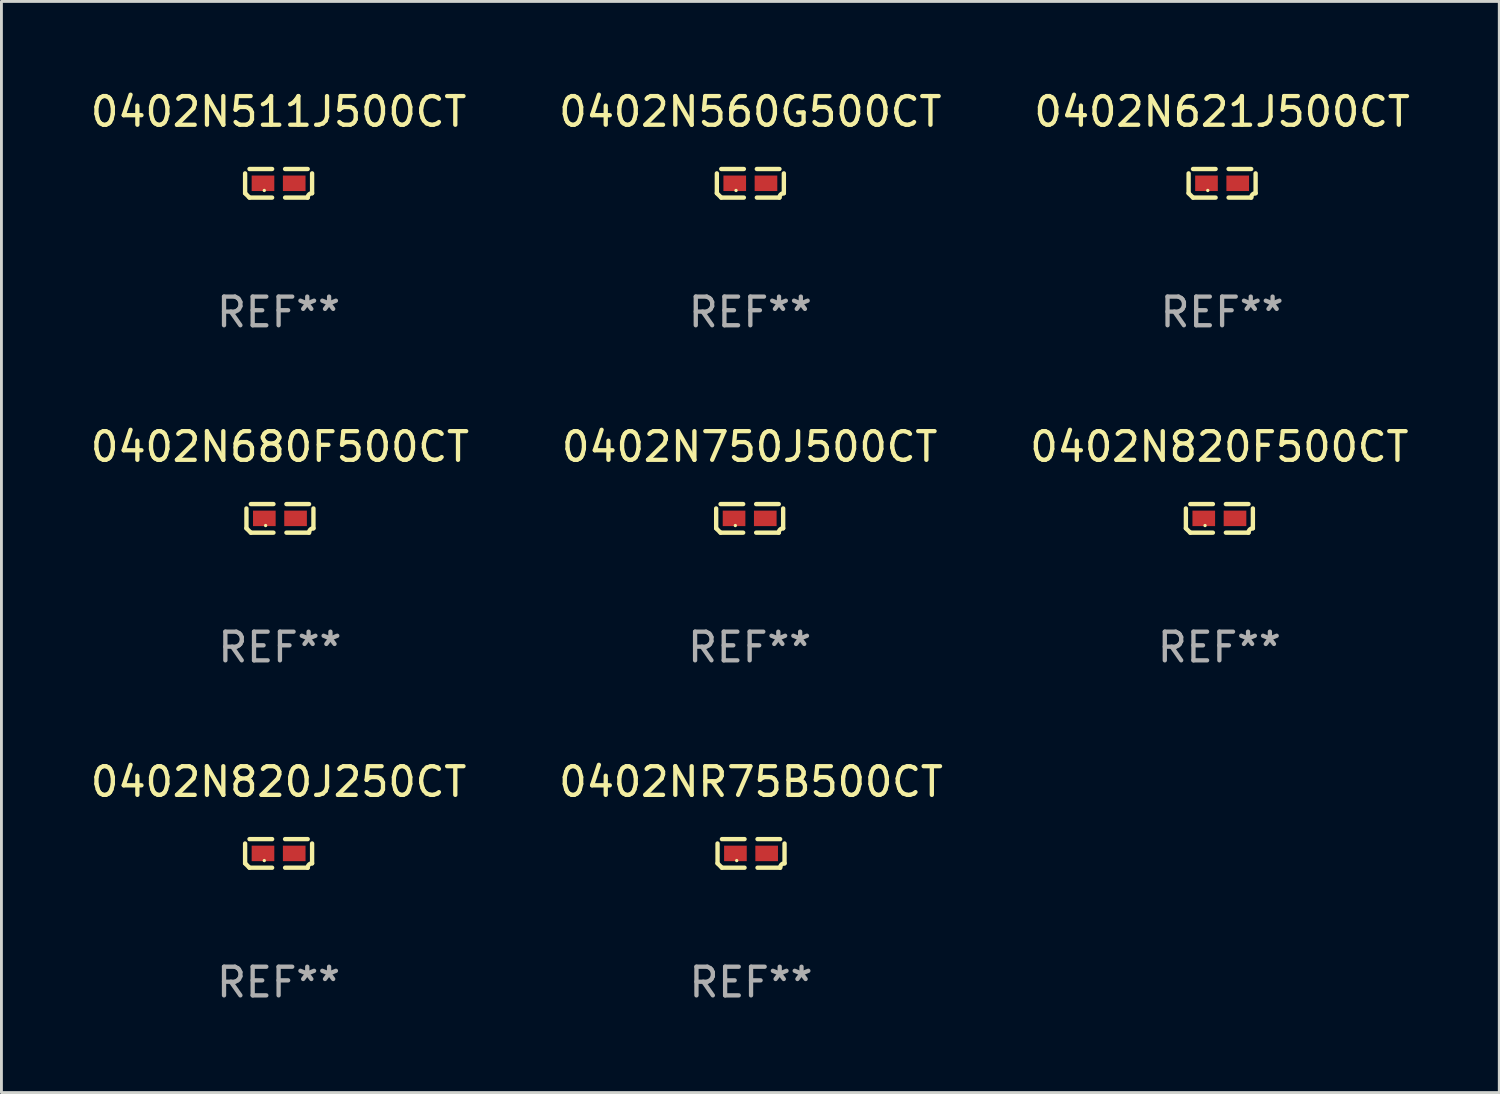
<source format=kicad_pcb>
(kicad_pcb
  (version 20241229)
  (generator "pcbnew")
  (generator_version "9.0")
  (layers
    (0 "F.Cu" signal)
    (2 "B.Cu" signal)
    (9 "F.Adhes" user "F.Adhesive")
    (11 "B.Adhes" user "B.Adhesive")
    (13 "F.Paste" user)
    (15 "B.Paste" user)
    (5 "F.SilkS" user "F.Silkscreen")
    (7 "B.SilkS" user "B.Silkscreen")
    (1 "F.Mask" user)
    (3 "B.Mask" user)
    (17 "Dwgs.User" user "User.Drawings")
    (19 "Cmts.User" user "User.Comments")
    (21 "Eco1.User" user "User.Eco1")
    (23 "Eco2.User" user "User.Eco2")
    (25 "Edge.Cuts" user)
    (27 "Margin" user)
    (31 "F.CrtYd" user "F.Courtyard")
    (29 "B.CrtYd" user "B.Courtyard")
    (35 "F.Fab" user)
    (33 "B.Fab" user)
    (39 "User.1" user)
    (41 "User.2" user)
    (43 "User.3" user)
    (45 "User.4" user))
  (footprint "0402N820J250CT"
    (layer "F.Cu")
    (at 6.673 26.734)
    (property "Reference" "0402N820J250CT" (at 0 -2.499 0) (layer "F.SilkS") (effects (font (size 1 1) (thickness 0.15))))
    (attr through_hole)
    (fp_line (start -1.169 0.346) (end -1.169 -0.346) (stroke (width 0.152) (type solid)) (layer "F.SilkS"))
    (fp_line (start -1.016 -0.499) (end -0.226 -0.499) (stroke (width 0.152) (type solid)) (layer "F.SilkS"))
    (fp_line (start -0.226 0.499) (end -1.016 0.499) (stroke (width 0.152) (type solid)) (layer "F.SilkS"))
    (fp_line (start 0.226 0.499) (end 1.016 0.499) (stroke (width 0.152) (type solid)) (layer "F.SilkS"))
    (fp_line (start 1.016 -0.499) (end 0.226 -0.499) (stroke (width 0.152) (type solid)) (layer "F.SilkS"))
    (fp_line (start 1.169 0.346) (end 1.169 -0.346) (stroke (width 0.152) (type solid)) (layer "F.SilkS"))
    (fp_arc (start -1.016307 0.498603) (mid -1.092512 0.422405) (end -1.16871 0.3462) (stroke (width 0.1524) (type solid)) (layer "F.SilkS"))
    (fp_arc (start 1.016307 0.498603) (mid 1.060899 0.390758) (end 1.168707 0.346076) (stroke (width 0.1524) (type solid)) (layer "F.SilkS"))
    (fp_circle (center -0.5 0.25) (end -0.47 0.25) (stroke (width 0.06) (type solid)) (fill no) (layer "F.SilkS"))
    (fp_text user "REF**" (at 0 4.499 0) (layer "F.Fab") (effects (font (size 1 1) (thickness 0.15))))
    (pad "1" smd rect (at -0.545 0) (size 0.79 0.54) (layers "F.Cu" "F.Mask" "F.Paste"))
    (pad "2" smd rect (at 0.545 0) (size 0.79 0.54) (layers "F.Cu" "F.Mask" "F.Paste")))
  (footprint "0402N560G500CT"
    (layer "F.Cu")
    (at 23.137 3.347)
    (property "Reference" "0402N560G500CT" (at 0 -2.499 0) (layer "F.SilkS") (effects (font (size 1 1) (thickness 0.15))))
    (attr through_hole)
    (fp_line (start -1.169 0.346) (end -1.169 -0.346) (stroke (width 0.152) (type solid)) (layer "F.SilkS"))
    (fp_line (start -1.016 -0.499) (end -0.226 -0.499) (stroke (width 0.152) (type solid)) (layer "F.SilkS"))
    (fp_line (start -0.226 0.499) (end -1.016 0.499) (stroke (width 0.152) (type solid)) (layer "F.SilkS"))
    (fp_line (start 0.226 0.499) (end 1.016 0.499) (stroke (width 0.152) (type solid)) (layer "F.SilkS"))
    (fp_line (start 1.016 -0.499) (end 0.226 -0.499) (stroke (width 0.152) (type solid)) (layer "F.SilkS"))
    (fp_line (start 1.169 0.346) (end 1.169 -0.346) (stroke (width 0.152) (type solid)) (layer "F.SilkS"))
    (fp_arc (start -1.016307 0.498603) (mid -1.092512 0.422405) (end -1.16871 0.3462) (stroke (width 0.1524) (type solid)) (layer "F.SilkS"))
    (fp_arc (start 1.016307 0.498603) (mid 1.060899 0.390758) (end 1.168707 0.346076) (stroke (width 0.1524) (type solid)) (layer "F.SilkS"))
    (fp_circle (center -0.5 0.25) (end -0.47 0.25) (stroke (width 0.06) (type solid)) (fill no) (layer "F.SilkS"))
    (fp_text user "REF**" (at 0 4.499 0) (layer "F.Fab") (effects (font (size 1 1) (thickness 0.15))))
    (pad "1" smd rect (at -0.545 0) (size 0.79 0.54) (layers "F.Cu" "F.Mask" "F.Paste"))
    (pad "2" smd rect (at 0.545 0) (size 0.79 0.54) (layers "F.Cu" "F.Mask" "F.Paste")))
  (footprint "0402N621J500CT"
    (layer "F.Cu")
    (at 39.601 3.347)
    (property "Reference" "0402N621J500CT" (at 0 -2.499 0) (layer "F.SilkS") (effects (font (size 1 1) (thickness 0.15))))
    (attr through_hole)
    (fp_line (start -1.169 0.346) (end -1.169 -0.346) (stroke (width 0.152) (type solid)) (layer "F.SilkS"))
    (fp_line (start -1.016 -0.499) (end -0.226 -0.499) (stroke (width 0.152) (type solid)) (layer "F.SilkS"))
    (fp_line (start -0.226 0.499) (end -1.016 0.499) (stroke (width 0.152) (type solid)) (layer "F.SilkS"))
    (fp_line (start 0.226 0.499) (end 1.016 0.499) (stroke (width 0.152) (type solid)) (layer "F.SilkS"))
    (fp_line (start 1.016 -0.499) (end 0.226 -0.499) (stroke (width 0.152) (type solid)) (layer "F.SilkS"))
    (fp_line (start 1.169 0.346) (end 1.169 -0.346) (stroke (width 0.152) (type solid)) (layer "F.SilkS"))
    (fp_arc (start -1.016307 0.498603) (mid -1.092512 0.422405) (end -1.16871 0.3462) (stroke (width 0.1524) (type solid)) (layer "F.SilkS"))
    (fp_arc (start 1.016307 0.498603) (mid 1.060899 0.390758) (end 1.168707 0.346076) (stroke (width 0.1524) (type solid)) (layer "F.SilkS"))
    (fp_circle (center -0.5 0.25) (end -0.47 0.25) (stroke (width 0.06) (type solid)) (fill no) (layer "F.SilkS"))
    (fp_text user "REF**" (at 0 4.499 0) (layer "F.Fab") (effects (font (size 1 1) (thickness 0.15))))
    (pad "1" smd rect (at -0.545 0) (size 0.79 0.54) (layers "F.Cu" "F.Mask" "F.Paste"))
    (pad "2" smd rect (at 0.545 0) (size 0.79 0.54) (layers "F.Cu" "F.Mask" "F.Paste")))
  (footprint "0402N511J500CT"
    (layer "F.Cu")
    (at 6.673 3.347)
    (property "Reference" "0402N511J500CT" (at 0 -2.499 0) (layer "F.SilkS") (effects (font (size 1 1) (thickness 0.15))))
    (attr through_hole)
    (fp_line (start -1.169 0.346) (end -1.169 -0.346) (stroke (width 0.152) (type solid)) (layer "F.SilkS"))
    (fp_line (start -1.016 -0.499) (end -0.226 -0.499) (stroke (width 0.152) (type solid)) (layer "F.SilkS"))
    (fp_line (start -0.226 0.499) (end -1.016 0.499) (stroke (width 0.152) (type solid)) (layer "F.SilkS"))
    (fp_line (start 0.226 0.499) (end 1.016 0.499) (stroke (width 0.152) (type solid)) (layer "F.SilkS"))
    (fp_line (start 1.016 -0.499) (end 0.226 -0.499) (stroke (width 0.152) (type solid)) (layer "F.SilkS"))
    (fp_line (start 1.169 0.346) (end 1.169 -0.346) (stroke (width 0.152) (type solid)) (layer "F.SilkS"))
    (fp_arc (start -1.016307 0.498603) (mid -1.092512 0.422405) (end -1.16871 0.3462) (stroke (width 0.1524) (type solid)) (layer "F.SilkS"))
    (fp_arc (start 1.016307 0.498603) (mid 1.060899 0.390758) (end 1.168707 0.346076) (stroke (width 0.1524) (type solid)) (layer "F.SilkS"))
    (fp_circle (center -0.5 0.25) (end -0.47 0.25) (stroke (width 0.06) (type solid)) (fill no) (layer "F.SilkS"))
    (fp_text user "REF**" (at 0 4.499 0) (layer "F.Fab") (effects (font (size 1 1) (thickness 0.15))))
    (pad "1" smd rect (at -0.545 0) (size 0.79 0.54) (layers "F.Cu" "F.Mask" "F.Paste"))
    (pad "2" smd rect (at 0.545 0) (size 0.79 0.54) (layers "F.Cu" "F.Mask" "F.Paste")))
  (footprint "0402NR75B500CT"
    (layer "F.Cu")
    (at 23.161 26.734)
    (property "Reference" "0402NR75B500CT" (at 0 -2.499 0) (layer "F.SilkS") (effects (font (size 1 1) (thickness 0.15))))
    (attr through_hole)
    (fp_line (start -1.169 0.346) (end -1.169 -0.346) (stroke (width 0.152) (type solid)) (layer "F.SilkS"))
    (fp_line (start -1.016 -0.499) (end -0.226 -0.499) (stroke (width 0.152) (type solid)) (layer "F.SilkS"))
    (fp_line (start -0.226 0.499) (end -1.016 0.499) (stroke (width 0.152) (type solid)) (layer "F.SilkS"))
    (fp_line (start 0.226 0.499) (end 1.016 0.499) (stroke (width 0.152) (type solid)) (layer "F.SilkS"))
    (fp_line (start 1.016 -0.499) (end 0.226 -0.499) (stroke (width 0.152) (type solid)) (layer "F.SilkS"))
    (fp_line (start 1.169 0.346) (end 1.169 -0.346) (stroke (width 0.152) (type solid)) (layer "F.SilkS"))
    (fp_arc (start -1.016307 0.498603) (mid -1.092512 0.422405) (end -1.16871 0.3462) (stroke (width 0.1524) (type solid)) (layer "F.SilkS"))
    (fp_arc (start 1.016307 0.498603) (mid 1.060899 0.390758) (end 1.168707 0.346076) (stroke (width 0.1524) (type solid)) (layer "F.SilkS"))
    (fp_circle (center -0.5 0.25) (end -0.47 0.25) (stroke (width 0.06) (type solid)) (fill no) (layer "F.SilkS"))
    (fp_text user "REF**" (at 0 4.499 0) (layer "F.Fab") (effects (font (size 1 1) (thickness 0.15))))
    (pad "1" smd rect (at -0.545 0) (size 0.79 0.54) (layers "F.Cu" "F.Mask" "F.Paste"))
    (pad "2" smd rect (at 0.545 0) (size 0.79 0.54) (layers "F.Cu" "F.Mask" "F.Paste")))
  (footprint "0402N820F500CT"
    (layer "F.Cu")
    (at 39.506 15.041)
    (property "Reference" "0402N820F500CT" (at 0 -2.499 0) (layer "F.SilkS") (effects (font (size 1 1) (thickness 0.15))))
    (attr through_hole)
    (fp_line (start -1.169 0.346) (end -1.169 -0.346) (stroke (width 0.152) (type solid)) (layer "F.SilkS"))
    (fp_line (start -1.016 -0.499) (end -0.226 -0.499) (stroke (width 0.152) (type solid)) (layer "F.SilkS"))
    (fp_line (start -0.226 0.499) (end -1.016 0.499) (stroke (width 0.152) (type solid)) (layer "F.SilkS"))
    (fp_line (start 0.226 0.499) (end 1.016 0.499) (stroke (width 0.152) (type solid)) (layer "F.SilkS"))
    (fp_line (start 1.016 -0.499) (end 0.226 -0.499) (stroke (width 0.152) (type solid)) (layer "F.SilkS"))
    (fp_line (start 1.169 0.346) (end 1.169 -0.346) (stroke (width 0.152) (type solid)) (layer "F.SilkS"))
    (fp_arc (start -1.016307 0.498603) (mid -1.092512 0.422405) (end -1.16871 0.3462) (stroke (width 0.1524) (type solid)) (layer "F.SilkS"))
    (fp_arc (start 1.016307 0.498603) (mid 1.060899 0.390758) (end 1.168707 0.346076) (stroke (width 0.1524) (type solid)) (layer "F.SilkS"))
    (fp_circle (center -0.5 0.25) (end -0.47 0.25) (stroke (width 0.06) (type solid)) (fill no) (layer "F.SilkS"))
    (fp_text user "REF**" (at 0 4.499 0) (layer "F.Fab") (effects (font (size 1 1) (thickness 0.15))))
    (pad "1" smd rect (at -0.545 0) (size 0.79 0.54) (layers "F.Cu" "F.Mask" "F.Paste"))
    (pad "2" smd rect (at 0.545 0) (size 0.79 0.54) (layers "F.Cu" "F.Mask" "F.Paste")))
  (footprint "0402N680F500CT"
    (layer "F.Cu")
    (at 6.72 15.041)
    (property "Reference" "0402N680F500CT" (at 0 -2.499 0) (layer "F.SilkS") (effects (font (size 1 1) (thickness 0.15))))
    (attr through_hole)
    (fp_line (start -1.169 0.346) (end -1.169 -0.346) (stroke (width 0.152) (type solid)) (layer "F.SilkS"))
    (fp_line (start -1.016 -0.499) (end -0.226 -0.499) (stroke (width 0.152) (type solid)) (layer "F.SilkS"))
    (fp_line (start -0.226 0.499) (end -1.016 0.499) (stroke (width 0.152) (type solid)) (layer "F.SilkS"))
    (fp_line (start 0.226 0.499) (end 1.016 0.499) (stroke (width 0.152) (type solid)) (layer "F.SilkS"))
    (fp_line (start 1.016 -0.499) (end 0.226 -0.499) (stroke (width 0.152) (type solid)) (layer "F.SilkS"))
    (fp_line (start 1.169 0.346) (end 1.169 -0.346) (stroke (width 0.152) (type solid)) (layer "F.SilkS"))
    (fp_arc (start -1.016307 0.498603) (mid -1.092512 0.422405) (end -1.16871 0.3462) (stroke (width 0.1524) (type solid)) (layer "F.SilkS"))
    (fp_arc (start 1.016307 0.498603) (mid 1.060899 0.390758) (end 1.168707 0.346076) (stroke (width 0.1524) (type solid)) (layer "F.SilkS"))
    (fp_circle (center -0.5 0.25) (end -0.47 0.25) (stroke (width 0.06) (type solid)) (fill no) (layer "F.SilkS"))
    (fp_text user "REF**" (at 0 4.499 0) (layer "F.Fab") (effects (font (size 1 1) (thickness 0.15))))
    (pad "1" smd rect (at -0.545 0) (size 0.79 0.54) (layers "F.Cu" "F.Mask" "F.Paste"))
    (pad "2" smd rect (at 0.545 0) (size 0.79 0.54) (layers "F.Cu" "F.Mask" "F.Paste")))
  (footprint "0402N750J500CT"
    (layer "F.Cu")
    (at 23.113 15.041)
    (property "Reference" "0402N750J500CT" (at 0 -2.499 0) (layer "F.SilkS") (effects (font (size 1 1) (thickness 0.15))))
    (attr through_hole)
    (fp_line (start -1.169 0.346) (end -1.169 -0.346) (stroke (width 0.152) (type solid)) (layer "F.SilkS"))
    (fp_line (start -1.016 -0.499) (end -0.226 -0.499) (stroke (width 0.152) (type solid)) (layer "F.SilkS"))
    (fp_line (start -0.226 0.499) (end -1.016 0.499) (stroke (width 0.152) (type solid)) (layer "F.SilkS"))
    (fp_line (start 0.226 0.499) (end 1.016 0.499) (stroke (width 0.152) (type solid)) (layer "F.SilkS"))
    (fp_line (start 1.016 -0.499) (end 0.226 -0.499) (stroke (width 0.152) (type solid)) (layer "F.SilkS"))
    (fp_line (start 1.169 0.346) (end 1.169 -0.346) (stroke (width 0.152) (type solid)) (layer "F.SilkS"))
    (fp_arc (start -1.016307 0.498603) (mid -1.092512 0.422405) (end -1.16871 0.3462) (stroke (width 0.1524) (type solid)) (layer "F.SilkS"))
    (fp_arc (start 1.016307 0.498603) (mid 1.060899 0.390758) (end 1.168707 0.346076) (stroke (width 0.1524) (type solid)) (layer "F.SilkS"))
    (fp_circle (center -0.5 0.25) (end -0.47 0.25) (stroke (width 0.06) (type solid)) (fill no) (layer "F.SilkS"))
    (fp_text user "REF**" (at 0 4.499 0) (layer "F.Fab") (effects (font (size 1 1) (thickness 0.15))))
    (pad "1" smd rect (at -0.545 0) (size 0.79 0.54) (layers "F.Cu" "F.Mask" "F.Paste"))
    (pad "2" smd rect (at 0.545 0) (size 0.79 0.54) (layers "F.Cu" "F.Mask" "F.Paste")))
  (gr_rect
    (start -3 -3)
    (end 49.274 35.081)
    (stroke (width 0.1) (type default))
    (fill no)
    (layer "Edge.Cuts")))
</source>
